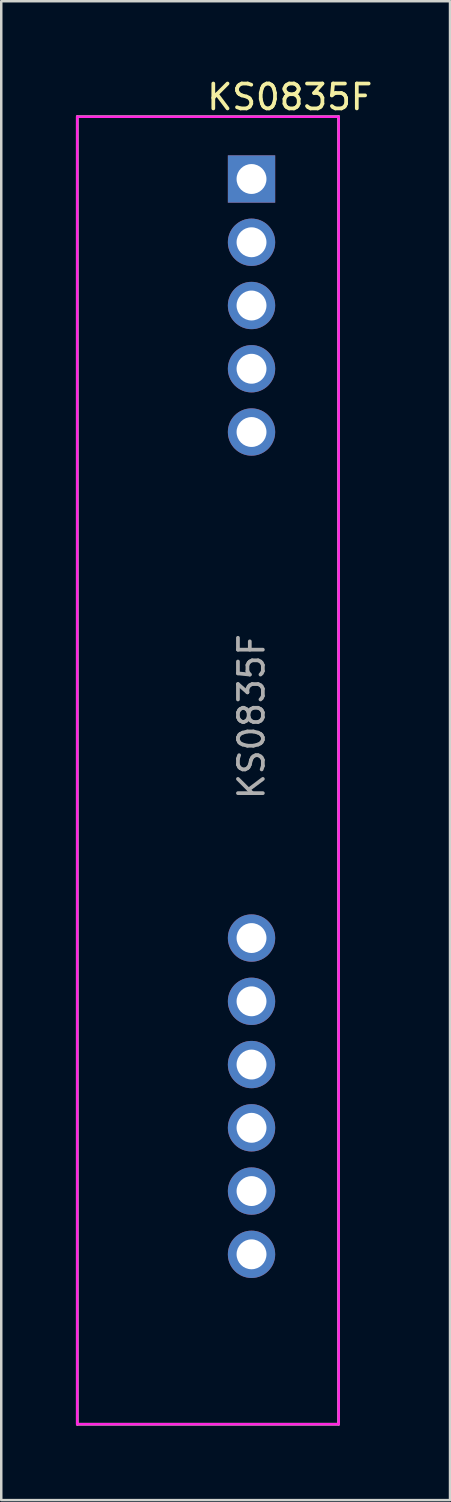
<source format=kicad_pcb>
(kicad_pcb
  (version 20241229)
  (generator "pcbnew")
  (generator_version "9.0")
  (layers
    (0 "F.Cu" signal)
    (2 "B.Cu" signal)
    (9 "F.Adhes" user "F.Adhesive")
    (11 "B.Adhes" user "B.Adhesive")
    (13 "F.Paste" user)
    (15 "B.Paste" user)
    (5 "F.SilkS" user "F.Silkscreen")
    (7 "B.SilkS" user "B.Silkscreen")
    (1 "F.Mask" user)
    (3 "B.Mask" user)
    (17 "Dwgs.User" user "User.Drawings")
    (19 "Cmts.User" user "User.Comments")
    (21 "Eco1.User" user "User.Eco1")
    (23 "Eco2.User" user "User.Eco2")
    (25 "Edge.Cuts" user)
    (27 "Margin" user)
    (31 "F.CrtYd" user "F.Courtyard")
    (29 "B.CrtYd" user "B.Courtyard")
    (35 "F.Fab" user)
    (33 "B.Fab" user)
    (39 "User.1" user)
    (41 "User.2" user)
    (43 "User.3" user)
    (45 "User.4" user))
  (footprint "KS0835F"
    (layer "F.Cu")
    (at 7.05 4.138)
    (property "Reference" "KS0835F" (at 1.537 -3.289 0) (layer "F.SilkS") (effects (font (size 1 1) (thickness 0.15))))
    (attr through_hole)
    (fp_line (start -7 -2.5) (end 3.5 -2.5) (stroke (width 0.1) (type solid)) (layer "F.SilkS"))
    (fp_line (start -7 50) (end -7 -2.5) (stroke (width 0.1) (type solid)) (layer "F.SilkS"))
    (fp_line (start 3.5 -2.5) (end 3.5 50) (stroke (width 0.1) (type solid)) (layer "F.SilkS"))
    (fp_line (start 3.5 50) (end -7 50) (stroke (width 0.1) (type solid)) (layer "F.SilkS"))
    (fp_line (start -7 -2.5) (end 3.5 -2.5) (stroke (width 0.1) (type solid)) (layer "F.CrtYd"))
    (fp_line (start -7 50) (end -7 -2.5) (stroke (width 0.1) (type solid)) (layer "F.CrtYd"))
    (fp_line (start 3.5 -2.5) (end 3.5 50) (stroke (width 0.1) (type solid)) (layer "F.CrtYd"))
    (fp_line (start 3.5 50) (end -7 50) (stroke (width 0.1) (type solid)) (layer "F.CrtYd"))
    (fp_line (start -7 -2.5) (end 3.5 -2.5) (stroke (width 0.1) (type solid)) (layer "F.Fab"))
    (fp_line (start -7 50) (end -7 -2.5) (stroke (width 0.1) (type solid)) (layer "F.Fab"))
    (fp_line (start 3.5 -2.5) (end 3.5 50) (stroke (width 0.1) (type solid)) (layer "F.Fab"))
    (fp_line (start 3.5 50) (end -7 50) (stroke (width 0.1) (type solid)) (layer "F.Fab"))
    (fp_text user "${REFERENCE}" (at 0 21.59 90) (layer "F.Fab") (effects (font (size 1 1) (thickness 0.15))))
    (pad "1" thru_hole rect (at 0 0) (size 1.9 1.9) (drill 1.2) (layers "*.Cu" "*.Mask"))
    (pad "2" thru_hole oval (at 0 2.54) (size 1.9 1.9) (drill 1.2) (layers "*.Cu" "*.Mask"))
    (pad "3" thru_hole oval (at 0 5.08) (size 1.9 1.9) (drill 1.2) (layers "*.Cu" "*.Mask"))
    (pad "4" thru_hole oval (at 0 7.62) (size 1.9 1.9) (drill 1.2) (layers "*.Cu" "*.Mask"))
    (pad "5" thru_hole oval (at 0 10.16) (size 1.9 1.9) (drill 1.2) (layers "*.Cu" "*.Mask"))
    (pad "6" thru_hole oval (at 0 30.48) (size 1.9 1.9) (drill 1.2) (layers "*.Cu" "*.Mask"))
    (pad "7" thru_hole oval (at 0 33.02) (size 1.9 1.9) (drill 1.2) (layers "*.Cu" "*.Mask"))
    (pad "8" thru_hole oval (at 0 35.56) (size 1.9 1.9) (drill 1.2) (layers "*.Cu" "*.Mask"))
    (pad "9" thru_hole oval (at 0 38.1) (size 1.9 1.9) (drill 1.2) (layers "*.Cu" "*.Mask"))
    (pad "10" thru_hole oval (at 0 40.64) (size 1.9 1.9) (drill 1.2) (layers "*.Cu" "*.Mask"))
    (pad "11" thru_hole oval (at 0 43.18) (size 1.9 1.9) (drill 1.2) (layers "*.Cu" "*.Mask")))
  (gr_rect
    (start -3 -3)
    (end 15.021 57.188)
    (stroke (width 0.1) (type default))
    (fill no)
    (layer "Edge.Cuts")))
</source>
